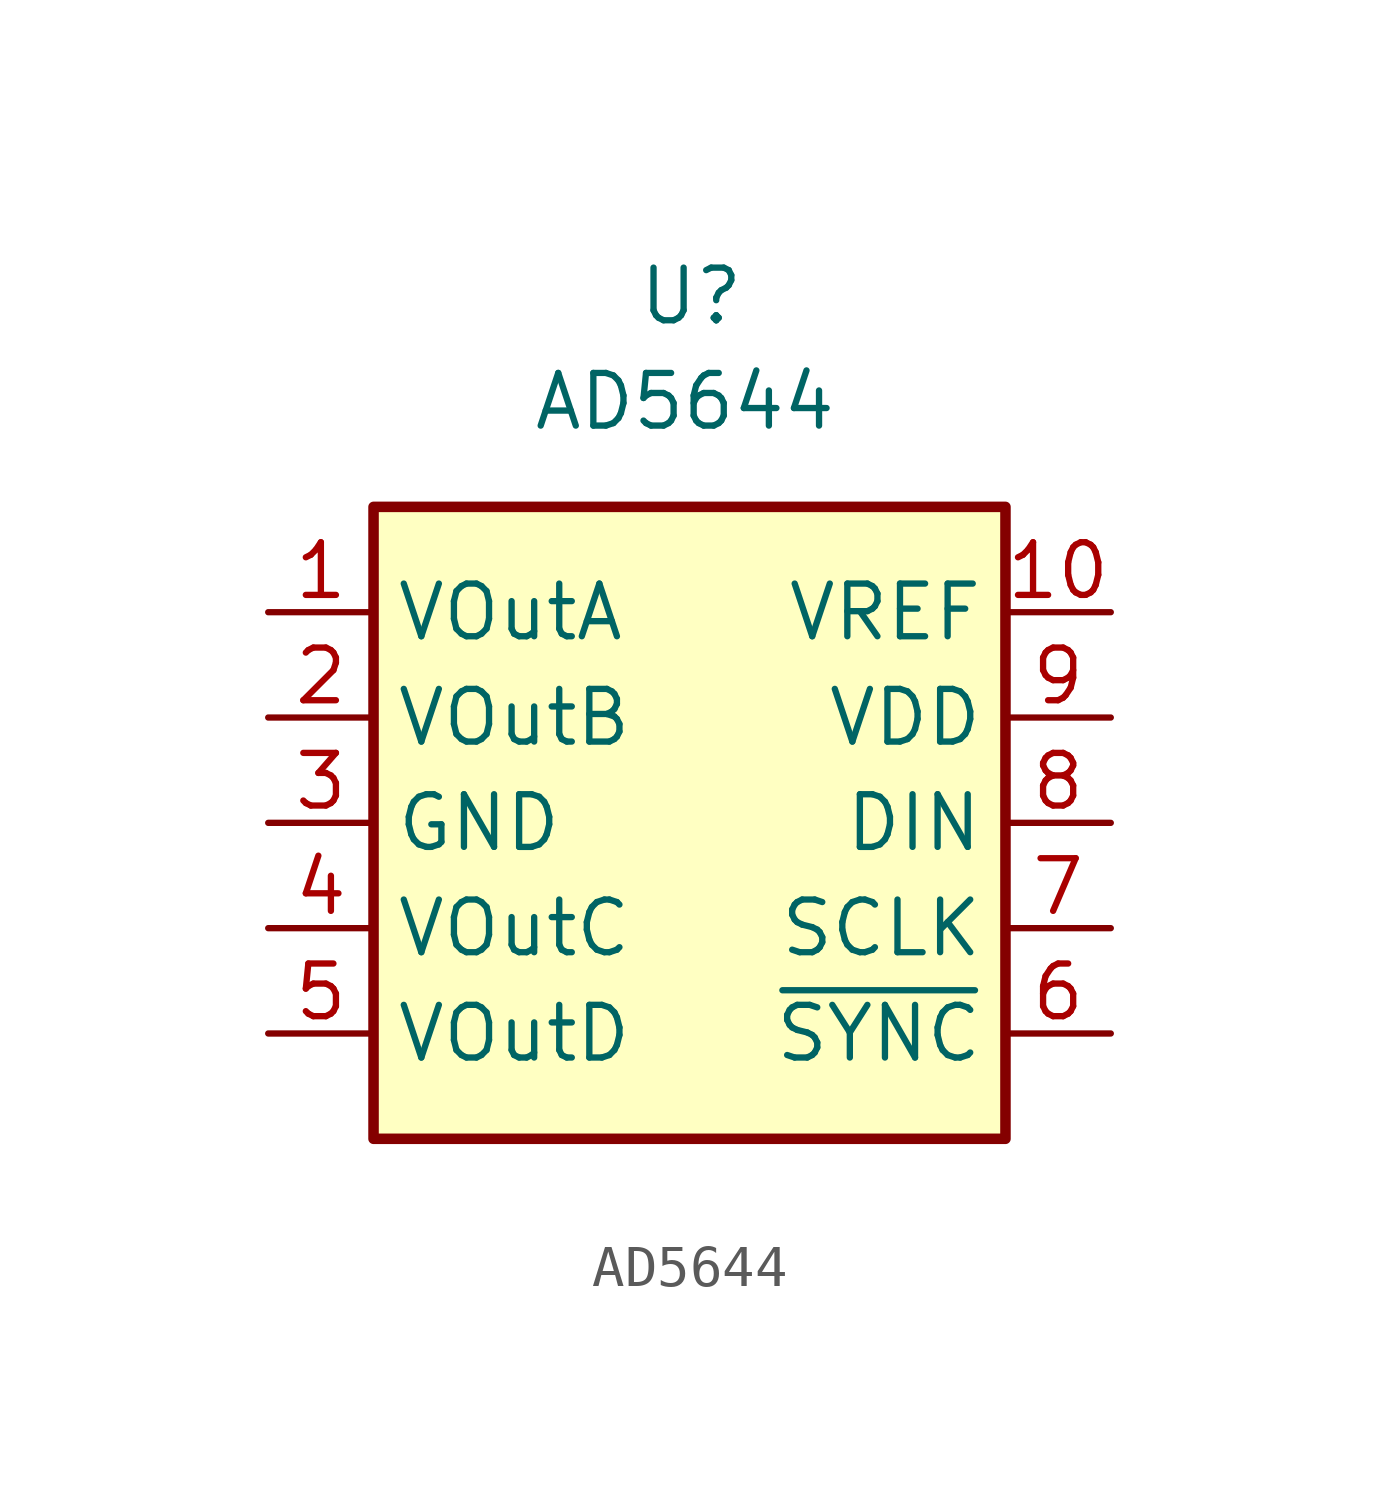
<source format=kicad_sym>
(kicad_symbol_lib
  (version 20201005)
  (generator kicad_symbol_editor)
  (symbol "AD5644"
    (property "Reference" "U"
      (at -1.27 12.7 0)
      (effects (font (size 1.27 1.27)) (justify left)))
    (property "Value" "AD5644"
      (at -3.81 10.16 0)
      (effects (font (size 1.27 1.27)) (justify left)))
    (symbol "AD5644_0_1"
      (rectangle (start -7.62 7.62) (end 7.62 -7.62) (stroke (width 0.254)) (fill (type background))))
    (symbol "AD5644_1_1"
      (pin output line (at -10.16 5.08 0) (length 2.54) (name "VOutA" (effects (font (size 1.27 1.27)))) (number "1" (effects (font (size 1.27 1.27)))))
      (pin bidirectional line (at 10.16 5.08 180) (length 2.54) (name "VREF" (effects (font (size 1.27 1.27)))) (number "10" (effects (font (size 1.27 1.27)))))
      (pin output line (at -10.16 2.54 0) (length 2.54) (name "VOutB" (effects (font (size 1.27 1.27)))) (number "2" (effects (font (size 1.27 1.27)))))
      (pin power_in line (at -10.16 0 0) (length 2.54) (name "GND" (effects (font (size 1.27 1.27)))) (number "3" (effects (font (size 1.27 1.27)))))
      (pin output line (at -10.16 -2.54 0) (length 2.54) (name "VOutC" (effects (font (size 1.27 1.27)))) (number "4" (effects (font (size 1.27 1.27)))))
      (pin output line (at -10.16 -5.08 0) (length 2.54) (name "VOutD" (effects (font (size 1.27 1.27)))) (number "5" (effects (font (size 1.27 1.27)))))
      (pin input line (at 10.16 -5.08 180) (length 2.54) (name "~SYNC" (effects (font (size 1.27 1.27)))) (number "6" (effects (font (size 1.27 1.27)))))
      (pin input line (at 10.16 -2.54 180) (length 2.54) (name "SCLK" (effects (font (size 1.27 1.27)))) (number "7" (effects (font (size 1.27 1.27)))))
      (pin input line (at 10.16 0 180) (length 2.54) (name "DIN" (effects (font (size 1.27 1.27)))) (number "8" (effects (font (size 1.27 1.27)))))
      (pin power_in line (at 10.16 2.54 180) (length 2.54) (name "VDD" (effects (font (size 1.27 1.27)))) (number "9" (effects (font (size 1.27 1.27))))))))
</source>
